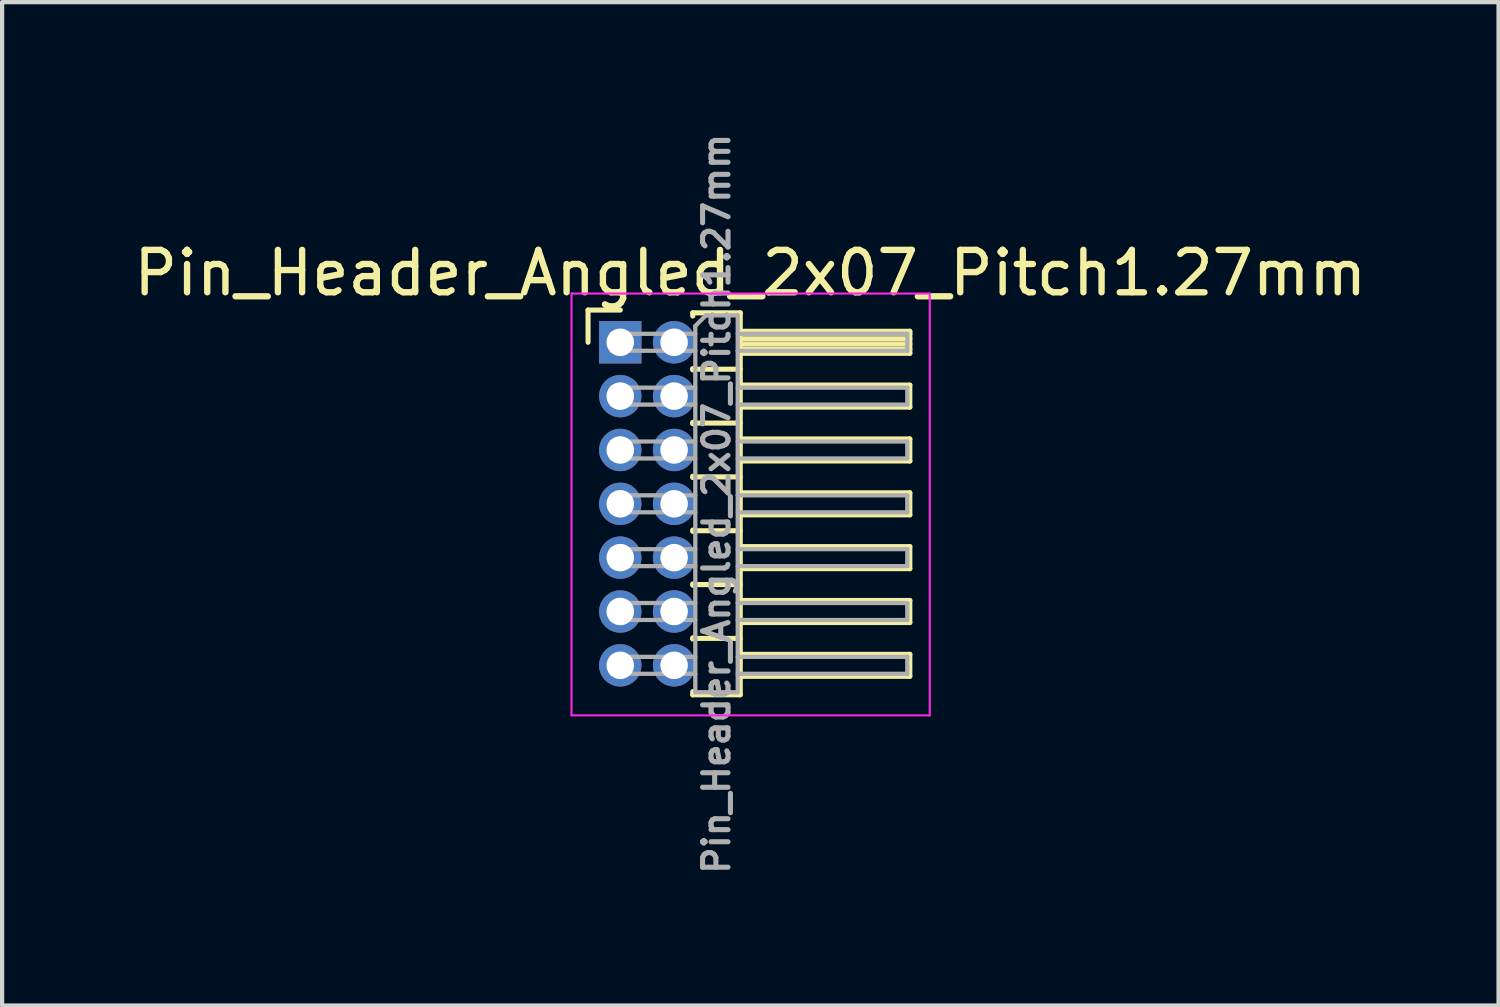
<source format=kicad_pcb>
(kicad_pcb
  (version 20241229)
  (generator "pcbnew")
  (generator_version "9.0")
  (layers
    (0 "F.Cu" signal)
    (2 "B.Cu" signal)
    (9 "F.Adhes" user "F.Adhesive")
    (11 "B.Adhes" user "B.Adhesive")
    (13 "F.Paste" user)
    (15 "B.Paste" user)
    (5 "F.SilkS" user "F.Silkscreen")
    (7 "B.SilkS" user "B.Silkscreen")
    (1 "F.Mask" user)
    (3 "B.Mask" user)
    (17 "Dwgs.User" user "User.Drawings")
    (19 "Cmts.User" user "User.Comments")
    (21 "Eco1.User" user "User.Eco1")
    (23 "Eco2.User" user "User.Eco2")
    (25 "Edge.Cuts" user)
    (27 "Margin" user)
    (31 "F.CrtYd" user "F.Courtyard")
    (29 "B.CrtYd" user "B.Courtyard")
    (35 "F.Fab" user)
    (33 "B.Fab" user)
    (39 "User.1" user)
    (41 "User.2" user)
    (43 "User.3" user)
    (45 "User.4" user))
  (footprint "Pin_Header_Angled_2x07_Pitch1.27mm"
    (layer "F.Cu")
    (at 11.581 5.024)
    (property "Reference" "Pin_Header_Angled_2x07_Pitch1.27mm" (at 3.067 -1.635 0) (layer "F.SilkS") (effects (font (size 1 1) (thickness 0.15))))
    (attr through_hole)
    (fp_line (start -0.76 -0.76) (end 0 -0.76) (stroke (width 0.12) (type solid)) (layer "F.SilkS"))
    (fp_line (start -0.76 0) (end -0.76 -0.76) (stroke (width 0.12) (type solid)) (layer "F.SilkS"))
    (fp_line (start 1.71 -0.695) (end 2.83 -0.695) (stroke (width 0.12) (type solid)) (layer "F.SilkS"))
    (fp_line (start 1.71 -0.62) (end 1.71 -0.695) (stroke (width 0.12) (type solid)) (layer "F.SilkS"))
    (fp_line (start 1.71 0.62) (end 1.71 0.65) (stroke (width 0.12) (type solid)) (layer "F.SilkS"))
    (fp_line (start 1.71 0.635) (end 2.83 0.635) (stroke (width 0.12) (type solid)) (layer "F.SilkS"))
    (fp_line (start 1.71 1.89) (end 1.71 1.92) (stroke (width 0.12) (type solid)) (layer "F.SilkS"))
    (fp_line (start 1.71 1.905) (end 2.83 1.905) (stroke (width 0.12) (type solid)) (layer "F.SilkS"))
    (fp_line (start 1.71 3.16) (end 1.71 3.19) (stroke (width 0.12) (type solid)) (layer "F.SilkS"))
    (fp_line (start 1.71 3.175) (end 2.83 3.175) (stroke (width 0.12) (type solid)) (layer "F.SilkS"))
    (fp_line (start 1.71 4.43) (end 1.71 4.46) (stroke (width 0.12) (type solid)) (layer "F.SilkS"))
    (fp_line (start 1.71 4.445) (end 2.83 4.445) (stroke (width 0.12) (type solid)) (layer "F.SilkS"))
    (fp_line (start 1.71 5.7) (end 1.71 5.73) (stroke (width 0.12) (type solid)) (layer "F.SilkS"))
    (fp_line (start 1.71 5.715) (end 2.83 5.715) (stroke (width 0.12) (type solid)) (layer "F.SilkS"))
    (fp_line (start 1.71 6.97) (end 1.71 7) (stroke (width 0.12) (type solid)) (layer "F.SilkS"))
    (fp_line (start 1.71 6.985) (end 2.83 6.985) (stroke (width 0.12) (type solid)) (layer "F.SilkS"))
    (fp_line (start 1.71 8.315) (end 1.71 8.24) (stroke (width 0.12) (type solid)) (layer "F.SilkS"))
    (fp_line (start 2.83 -0.695) (end 2.83 8.315) (stroke (width 0.12) (type solid)) (layer "F.SilkS"))
    (fp_line (start 2.83 -0.26) (end 6.83 -0.26) (stroke (width 0.12) (type solid)) (layer "F.SilkS"))
    (fp_line (start 2.83 -0.2) (end 6.83 -0.2) (stroke (width 0.12) (type solid)) (layer "F.SilkS"))
    (fp_line (start 2.83 -0.08) (end 6.83 -0.08) (stroke (width 0.12) (type solid)) (layer "F.SilkS"))
    (fp_line (start 2.83 0.04) (end 6.83 0.04) (stroke (width 0.12) (type solid)) (layer "F.SilkS"))
    (fp_line (start 2.83 0.16) (end 6.83 0.16) (stroke (width 0.12) (type solid)) (layer "F.SilkS"))
    (fp_line (start 2.83 1.01) (end 6.83 1.01) (stroke (width 0.12) (type solid)) (layer "F.SilkS"))
    (fp_line (start 2.83 2.28) (end 6.83 2.28) (stroke (width 0.12) (type solid)) (layer "F.SilkS"))
    (fp_line (start 2.83 3.55) (end 6.83 3.55) (stroke (width 0.12) (type solid)) (layer "F.SilkS"))
    (fp_line (start 2.83 4.82) (end 6.83 4.82) (stroke (width 0.12) (type solid)) (layer "F.SilkS"))
    (fp_line (start 2.83 6.09) (end 6.83 6.09) (stroke (width 0.12) (type solid)) (layer "F.SilkS"))
    (fp_line (start 2.83 7.36) (end 6.83 7.36) (stroke (width 0.12) (type solid)) (layer "F.SilkS"))
    (fp_line (start 2.83 8.315) (end 1.71 8.315) (stroke (width 0.12) (type solid)) (layer "F.SilkS"))
    (fp_line (start 6.83 -0.26) (end 6.83 0.26) (stroke (width 0.12) (type solid)) (layer "F.SilkS"))
    (fp_line (start 6.83 0.26) (end 2.83 0.26) (stroke (width 0.12) (type solid)) (layer "F.SilkS"))
    (fp_line (start 6.83 1.01) (end 6.83 1.53) (stroke (width 0.12) (type solid)) (layer "F.SilkS"))
    (fp_line (start 6.83 1.53) (end 2.83 1.53) (stroke (width 0.12) (type solid)) (layer "F.SilkS"))
    (fp_line (start 6.83 2.28) (end 6.83 2.8) (stroke (width 0.12) (type solid)) (layer "F.SilkS"))
    (fp_line (start 6.83 2.8) (end 2.83 2.8) (stroke (width 0.12) (type solid)) (layer "F.SilkS"))
    (fp_line (start 6.83 3.55) (end 6.83 4.07) (stroke (width 0.12) (type solid)) (layer "F.SilkS"))
    (fp_line (start 6.83 4.07) (end 2.83 4.07) (stroke (width 0.12) (type solid)) (layer "F.SilkS"))
    (fp_line (start 6.83 4.82) (end 6.83 5.34) (stroke (width 0.12) (type solid)) (layer "F.SilkS"))
    (fp_line (start 6.83 5.34) (end 2.83 5.34) (stroke (width 0.12) (type solid)) (layer "F.SilkS"))
    (fp_line (start 6.83 6.09) (end 6.83 6.61) (stroke (width 0.12) (type solid)) (layer "F.SilkS"))
    (fp_line (start 6.83 6.61) (end 2.83 6.61) (stroke (width 0.12) (type solid)) (layer "F.SilkS"))
    (fp_line (start 6.83 7.36) (end 6.83 7.88) (stroke (width 0.12) (type solid)) (layer "F.SilkS"))
    (fp_line (start 6.83 7.88) (end 2.83 7.88) (stroke (width 0.12) (type solid)) (layer "F.SilkS"))
    (fp_line (start -1.15 -1.15) (end -1.15 8.8) (stroke (width 0.05) (type solid)) (layer "F.CrtYd"))
    (fp_line (start -1.15 8.8) (end 7.3 8.8) (stroke (width 0.05) (type solid)) (layer "F.CrtYd"))
    (fp_line (start 7.3 -1.15) (end -1.15 -1.15) (stroke (width 0.05) (type solid)) (layer "F.CrtYd"))
    (fp_line (start 7.3 8.8) (end 7.3 -1.15) (stroke (width 0.05) (type solid)) (layer "F.CrtYd"))
    (fp_line (start -0.2 -0.2) (end -0.2 0.2) (stroke (width 0.1) (type solid)) (layer "F.Fab"))
    (fp_line (start -0.2 -0.2) (end 1.77 -0.2) (stroke (width 0.1) (type solid)) (layer "F.Fab"))
    (fp_line (start -0.2 0.2) (end 1.77 0.2) (stroke (width 0.1) (type solid)) (layer "F.Fab"))
    (fp_line (start -0.2 1.07) (end -0.2 1.47) (stroke (width 0.1) (type solid)) (layer "F.Fab"))
    (fp_line (start -0.2 1.07) (end 1.77 1.07) (stroke (width 0.1) (type solid)) (layer "F.Fab"))
    (fp_line (start -0.2 1.47) (end 1.77 1.47) (stroke (width 0.1) (type solid)) (layer "F.Fab"))
    (fp_line (start -0.2 2.34) (end -0.2 2.74) (stroke (width 0.1) (type solid)) (layer "F.Fab"))
    (fp_line (start -0.2 2.34) (end 1.77 2.34) (stroke (width 0.1) (type solid)) (layer "F.Fab"))
    (fp_line (start -0.2 2.74) (end 1.77 2.74) (stroke (width 0.1) (type solid)) (layer "F.Fab"))
    (fp_line (start -0.2 3.61) (end -0.2 4.01) (stroke (width 0.1) (type solid)) (layer "F.Fab"))
    (fp_line (start -0.2 3.61) (end 1.77 3.61) (stroke (width 0.1) (type solid)) (layer "F.Fab"))
    (fp_line (start -0.2 4.01) (end 1.77 4.01) (stroke (width 0.1) (type solid)) (layer "F.Fab"))
    (fp_line (start -0.2 4.88) (end -0.2 5.28) (stroke (width 0.1) (type solid)) (layer "F.Fab"))
    (fp_line (start -0.2 4.88) (end 1.77 4.88) (stroke (width 0.1) (type solid)) (layer "F.Fab"))
    (fp_line (start -0.2 5.28) (end 1.77 5.28) (stroke (width 0.1) (type solid)) (layer "F.Fab"))
    (fp_line (start -0.2 6.15) (end -0.2 6.55) (stroke (width 0.1) (type solid)) (layer "F.Fab"))
    (fp_line (start -0.2 6.15) (end 1.77 6.15) (stroke (width 0.1) (type solid)) (layer "F.Fab"))
    (fp_line (start -0.2 6.55) (end 1.77 6.55) (stroke (width 0.1) (type solid)) (layer "F.Fab"))
    (fp_line (start -0.2 7.42) (end -0.2 7.82) (stroke (width 0.1) (type solid)) (layer "F.Fab"))
    (fp_line (start -0.2 7.42) (end 1.77 7.42) (stroke (width 0.1) (type solid)) (layer "F.Fab"))
    (fp_line (start -0.2 7.82) (end 1.77 7.82) (stroke (width 0.1) (type solid)) (layer "F.Fab"))
    (fp_line (start 1.77 -0.385) (end 2.02 -0.635) (stroke (width 0.1) (type solid)) (layer "F.Fab"))
    (fp_line (start 1.77 8.255) (end 1.77 -0.385) (stroke (width 0.1) (type solid)) (layer "F.Fab"))
    (fp_line (start 2.02 -0.635) (end 2.77 -0.635) (stroke (width 0.1) (type solid)) (layer "F.Fab"))
    (fp_line (start 2.77 -0.635) (end 2.77 8.255) (stroke (width 0.1) (type solid)) (layer "F.Fab"))
    (fp_line (start 2.77 -0.2) (end 6.77 -0.2) (stroke (width 0.1) (type solid)) (layer "F.Fab"))
    (fp_line (start 2.77 0.2) (end 6.77 0.2) (stroke (width 0.1) (type solid)) (layer "F.Fab"))
    (fp_line (start 2.77 1.07) (end 6.77 1.07) (stroke (width 0.1) (type solid)) (layer "F.Fab"))
    (fp_line (start 2.77 1.47) (end 6.77 1.47) (stroke (width 0.1) (type solid)) (layer "F.Fab"))
    (fp_line (start 2.77 2.34) (end 6.77 2.34) (stroke (width 0.1) (type solid)) (layer "F.Fab"))
    (fp_line (start 2.77 2.74) (end 6.77 2.74) (stroke (width 0.1) (type solid)) (layer "F.Fab"))
    (fp_line (start 2.77 3.61) (end 6.77 3.61) (stroke (width 0.1) (type solid)) (layer "F.Fab"))
    (fp_line (start 2.77 4.01) (end 6.77 4.01) (stroke (width 0.1) (type solid)) (layer "F.Fab"))
    (fp_line (start 2.77 4.88) (end 6.77 4.88) (stroke (width 0.1) (type solid)) (layer "F.Fab"))
    (fp_line (start 2.77 5.28) (end 6.77 5.28) (stroke (width 0.1) (type solid)) (layer "F.Fab"))
    (fp_line (start 2.77 6.15) (end 6.77 6.15) (stroke (width 0.1) (type solid)) (layer "F.Fab"))
    (fp_line (start 2.77 6.55) (end 6.77 6.55) (stroke (width 0.1) (type solid)) (layer "F.Fab"))
    (fp_line (start 2.77 7.42) (end 6.77 7.42) (stroke (width 0.1) (type solid)) (layer "F.Fab"))
    (fp_line (start 2.77 7.82) (end 6.77 7.82) (stroke (width 0.1) (type solid)) (layer "F.Fab"))
    (fp_line (start 2.77 8.255) (end 1.77 8.255) (stroke (width 0.1) (type solid)) (layer "F.Fab"))
    (fp_line (start 6.77 -0.2) (end 6.77 0.2) (stroke (width 0.1) (type solid)) (layer "F.Fab"))
    (fp_line (start 6.77 1.07) (end 6.77 1.47) (stroke (width 0.1) (type solid)) (layer "F.Fab"))
    (fp_line (start 6.77 2.34) (end 6.77 2.74) (stroke (width 0.1) (type solid)) (layer "F.Fab"))
    (fp_line (start 6.77 3.61) (end 6.77 4.01) (stroke (width 0.1) (type solid)) (layer "F.Fab"))
    (fp_line (start 6.77 4.88) (end 6.77 5.28) (stroke (width 0.1) (type solid)) (layer "F.Fab"))
    (fp_line (start 6.77 6.15) (end 6.77 6.55) (stroke (width 0.1) (type solid)) (layer "F.Fab"))
    (fp_line (start 6.77 7.42) (end 6.77 7.82) (stroke (width 0.1) (type solid)) (layer "F.Fab"))
    (fp_text user "${REFERENCE}" (at 2.27 3.81 90) (layer "F.Fab") (effects (font (size 0.6 0.6) (thickness 0.12))))
    (pad "1" thru_hole rect (at 0 0) (size 1 1) (drill 0.65) (layers "*.Cu" "*.Mask"))
    (pad "2" thru_hole oval (at 1.27 0) (size 1 1) (drill 0.65) (layers "*.Cu" "*.Mask"))
    (pad "3" thru_hole oval (at 0 1.27) (size 1 1) (drill 0.65) (layers "*.Cu" "*.Mask"))
    (pad "4" thru_hole oval (at 1.27 1.27) (size 1 1) (drill 0.65) (layers "*.Cu" "*.Mask"))
    (pad "5" thru_hole oval (at 0 2.54) (size 1 1) (drill 0.65) (layers "*.Cu" "*.Mask"))
    (pad "6" thru_hole oval (at 1.27 2.54) (size 1 1) (drill 0.65) (layers "*.Cu" "*.Mask"))
    (pad "7" thru_hole oval (at 0 3.81) (size 1 1) (drill 0.65) (layers "*.Cu" "*.Mask"))
    (pad "8" thru_hole oval (at 1.27 3.81) (size 1 1) (drill 0.65) (layers "*.Cu" "*.Mask"))
    (pad "9" thru_hole oval (at 0 5.08) (size 1 1) (drill 0.65) (layers "*.Cu" "*.Mask"))
    (pad "10" thru_hole oval (at 1.27 5.08) (size 1 1) (drill 0.65) (layers "*.Cu" "*.Mask"))
    (pad "11" thru_hole oval (at 0 6.35) (size 1 1) (drill 0.65) (layers "*.Cu" "*.Mask"))
    (pad "12" thru_hole oval (at 1.27 6.35) (size 1 1) (drill 0.65) (layers "*.Cu" "*.Mask"))
    (pad "13" thru_hole oval (at 0 7.62) (size 1 1) (drill 0.65) (layers "*.Cu" "*.Mask"))
    (pad "14" thru_hole oval (at 1.27 7.62) (size 1 1) (drill 0.65) (layers "*.Cu" "*.Mask")))
  (gr_rect
    (start -3 -3)
    (end 32.298 20.669)
    (stroke (width 0.1) (type default))
    (fill no)
    (layer "Edge.Cuts")))
</source>
